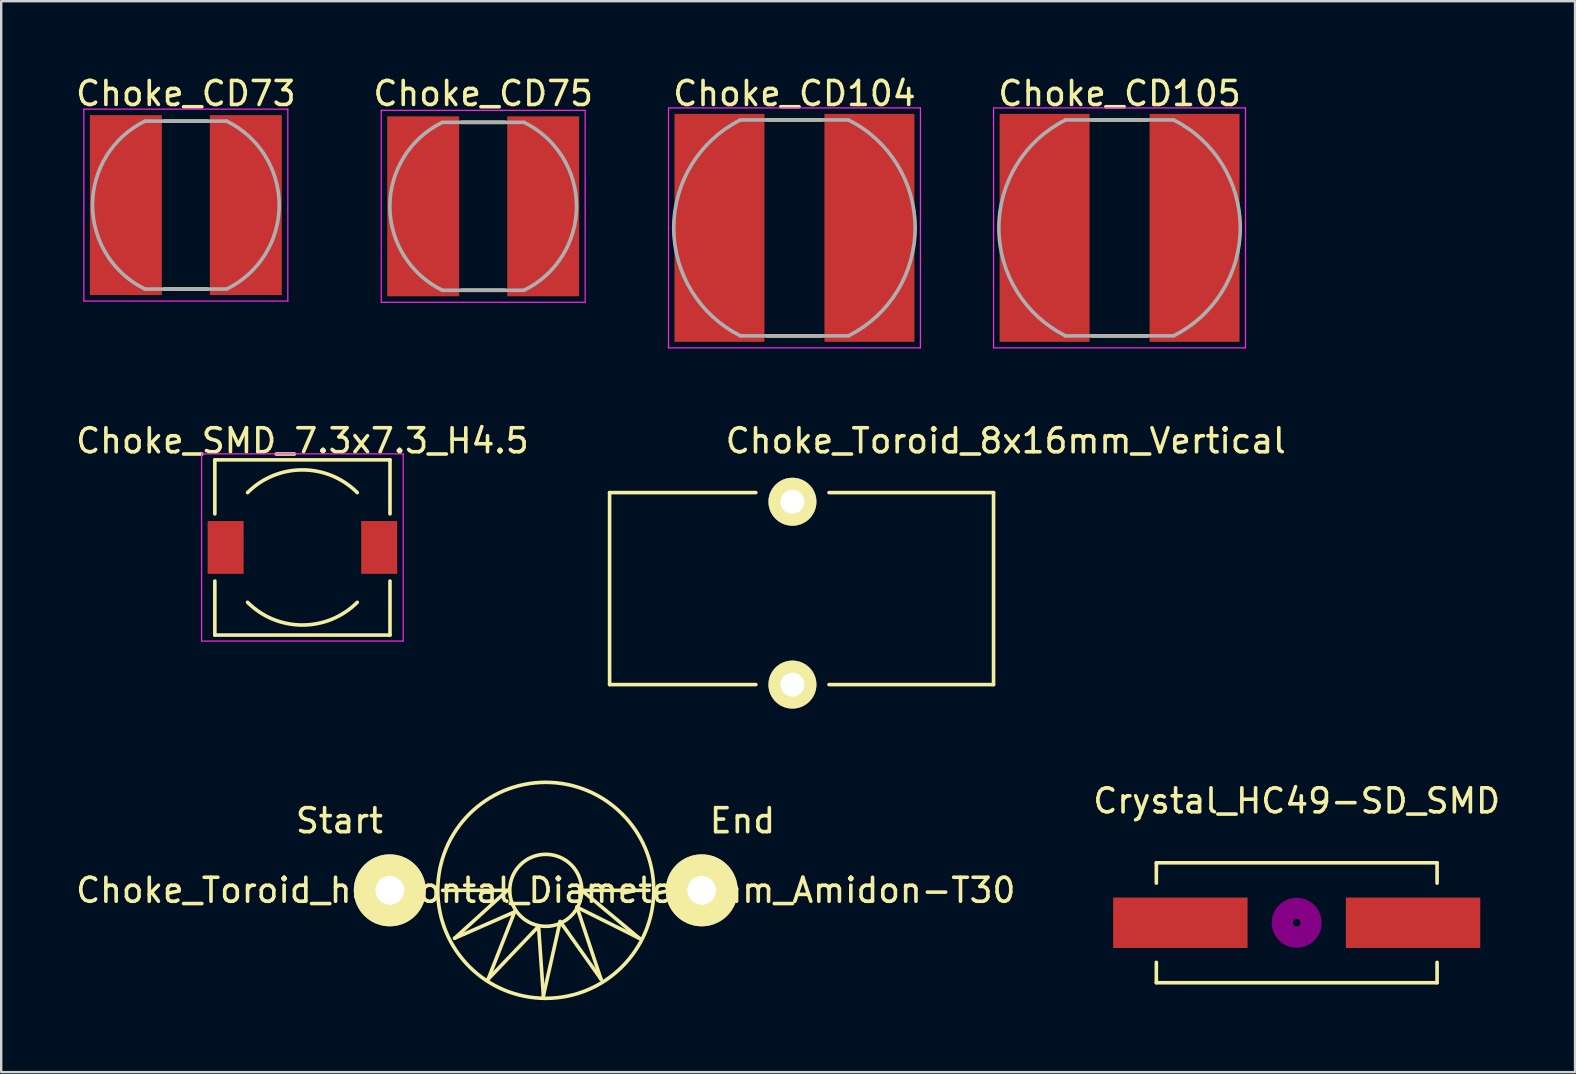
<source format=kicad_pcb>
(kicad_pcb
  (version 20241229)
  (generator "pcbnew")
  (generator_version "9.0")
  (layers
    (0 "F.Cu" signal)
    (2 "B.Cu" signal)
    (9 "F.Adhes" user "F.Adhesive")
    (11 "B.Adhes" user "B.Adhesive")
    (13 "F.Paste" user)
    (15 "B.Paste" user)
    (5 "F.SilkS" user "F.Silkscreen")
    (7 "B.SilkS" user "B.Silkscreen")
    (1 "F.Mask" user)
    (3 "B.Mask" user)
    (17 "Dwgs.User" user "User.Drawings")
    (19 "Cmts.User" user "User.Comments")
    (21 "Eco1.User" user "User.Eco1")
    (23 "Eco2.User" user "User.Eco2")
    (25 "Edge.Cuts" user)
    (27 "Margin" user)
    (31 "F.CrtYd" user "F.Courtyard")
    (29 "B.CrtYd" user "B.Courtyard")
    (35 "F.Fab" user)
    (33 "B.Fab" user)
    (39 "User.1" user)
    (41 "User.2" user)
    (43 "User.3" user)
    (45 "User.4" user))
  (footprint "Choke_CD105"
    (layer "F.Cu")
    (at 43.611 6.448)
    (property "Reference" "Choke_CD105" (at 0 -5.6 180) (layer "F.SilkS") (effects (font (size 1 1) (thickness 0.15))))
    (attr smd)
    (fp_line (start -1.15 -4.5) (end 1.15 -4.5) (stroke (width 0.15) (type solid)) (layer "F.SilkS"))
    (fp_line (start -1.15 4.5) (end 1.15 4.5) (stroke (width 0.15) (type solid)) (layer "F.SilkS"))
    (fp_line (start -5.25 -5) (end 5.25 -5) (stroke (width 0.05) (type solid)) (layer "F.CrtYd"))
    (fp_line (start -5.25 5) (end -5.25 -5) (stroke (width 0.05) (type solid)) (layer "F.CrtYd"))
    (fp_line (start 5.25 -5) (end 5.25 5) (stroke (width 0.05) (type solid)) (layer "F.CrtYd"))
    (fp_line (start 5.25 5) (end -5.25 5) (stroke (width 0.05) (type solid)) (layer "F.CrtYd"))
    (fp_line (start -2.25 -4.5) (end 2.25 -4.5) (stroke (width 0.15) (type solid)) (layer "F.Fab"))
    (fp_line (start -2.25 4.5) (end 2.25 4.5) (stroke (width 0.15) (type solid)) (layer "F.Fab"))
    (fp_arc (start -2.25 4.5) (mid -5.031127 0.016241) (end -2.279005 -4.48538) (stroke (width 0.15) (type solid)) (layer "F.Fab"))
    (fp_arc (start 2.25 -4.5) (mid 5.031127 -0.016241) (end 2.279005 4.48538) (stroke (width 0.15) (type solid)) (layer "F.Fab"))
    (pad "1" smd rect (at -3.125 0 90) (size 9.5 3.75) (layers "F.Cu" "F.Mask" "F.Paste"))
    (pad "2" smd rect (at 3.125 0 90) (size 9.5 3.75) (layers "F.Cu" "F.Mask" "F.Paste")))
  (footprint "Choke_CD104"
    (layer "F.Cu")
    (at 30.061 6.448)
    (property "Reference" "Choke_CD104" (at 0 -5.6 180) (layer "F.SilkS") (effects (font (size 1 1) (thickness 0.15))))
    (attr smd)
    (fp_line (start -1.15 -4.5) (end 1.15 -4.5) (stroke (width 0.15) (type solid)) (layer "F.SilkS"))
    (fp_line (start -1.15 4.5) (end 1.15 4.5) (stroke (width 0.15) (type solid)) (layer "F.SilkS"))
    (fp_line (start -5.25 -5) (end 5.25 -5) (stroke (width 0.05) (type solid)) (layer "F.CrtYd"))
    (fp_line (start -5.25 5) (end -5.25 -5) (stroke (width 0.05) (type solid)) (layer "F.CrtYd"))
    (fp_line (start 5.25 -5) (end 5.25 5) (stroke (width 0.05) (type solid)) (layer "F.CrtYd"))
    (fp_line (start 5.25 5) (end -5.25 5) (stroke (width 0.05) (type solid)) (layer "F.CrtYd"))
    (fp_line (start -2.25 -4.5) (end 2.25 -4.5) (stroke (width 0.15) (type solid)) (layer "F.Fab"))
    (fp_line (start -2.25 4.5) (end 2.25 4.5) (stroke (width 0.15) (type solid)) (layer "F.Fab"))
    (fp_arc (start -2.25 4.5) (mid -5.031127 0.016241) (end -2.279005 -4.48538) (stroke (width 0.15) (type solid)) (layer "F.Fab"))
    (fp_arc (start 2.25 -4.5) (mid 5.031127 -0.016241) (end 2.279005 4.48538) (stroke (width 0.15) (type solid)) (layer "F.Fab"))
    (pad "1" smd rect (at -3.125 0 90) (size 9.5 3.75) (layers "F.Cu" "F.Mask" "F.Paste"))
    (pad "2" smd rect (at 3.125 0 90) (size 9.5 3.75) (layers "F.Cu" "F.Mask" "F.Paste")))
  (footprint "Choke_SMD_7.3x7.3_H4.5"
    (layer "F.Cu")
    (at 9.554 19.767)
    (property "Reference" "Choke_SMD_7.3x7.3_H4.5" (at 0 -4.445 0) (layer "F.SilkS") (effects (font (size 1 1) (thickness 0.15))))
    (attr smd)
    (fp_line (start -3.65 -3.65) (end -3.65 -1.4) (stroke (width 0.15) (type solid)) (layer "F.SilkS"))
    (fp_line (start -3.65 -3.65) (end 3.65 -3.65) (stroke (width 0.15) (type solid)) (layer "F.SilkS"))
    (fp_line (start -3.65 3.65) (end -3.65 1.4) (stroke (width 0.15) (type solid)) (layer "F.SilkS"))
    (fp_line (start 3.65 -3.65) (end 3.65 -1.4) (stroke (width 0.15) (type solid)) (layer "F.SilkS"))
    (fp_line (start 3.65 3.65) (end -3.65 3.65) (stroke (width 0.15) (type solid)) (layer "F.SilkS"))
    (fp_line (start 3.65 3.65) (end 3.65 1.4) (stroke (width 0.15) (type solid)) (layer "F.SilkS"))
    (fp_arc (start -2.286 -2.286) (mid 0 -3.232892) (end 2.286 -2.286) (stroke (width 0.15) (type solid)) (layer "F.SilkS"))
    (fp_arc (start 2.286 2.286) (mid 0 3.232892) (end -2.286 2.286) (stroke (width 0.15) (type solid)) (layer "F.SilkS"))
    (fp_line (start -4.2 -3.9) (end -4.2 3.9) (stroke (width 0.05) (type solid)) (layer "F.CrtYd"))
    (fp_line (start -4.2 3.9) (end 4.2 3.9) (stroke (width 0.05) (type solid)) (layer "F.CrtYd"))
    (fp_line (start 4.2 -3.9) (end -4.2 -3.9) (stroke (width 0.05) (type solid)) (layer "F.CrtYd"))
    (fp_line (start 4.2 3.9) (end 4.2 -3.9) (stroke (width 0.05) (type solid)) (layer "F.CrtYd"))
    (pad "1" smd rect (at -3.2 0) (size 1.5 2.2) (layers "F.Cu" "F.Mask" "F.Paste"))
    (pad "2" smd rect (at 3.2 0) (size 1.5 2.2) (layers "F.Cu" "F.Mask" "F.Paste")))
  (footprint "Choke_Toroid_8x16mm_Vertical"
    (layer "F.Cu")
    (at 22.357 25.482)
    (property "Reference" "Choke_Toroid_8x16mm_Vertical" (at 16.51 -10.16 0) (layer "F.SilkS") (effects (font (size 1 1) (thickness 0.15))))
    (attr through_hole)
    (fp_line (start 0 -8.001) (end 0 0) (stroke (width 0.15) (type solid)) (layer "F.SilkS"))
    (fp_line (start 0 0) (end 6.096 0) (stroke (width 0.15) (type solid)) (layer "F.SilkS"))
    (fp_line (start 6.096 -8.001) (end 0 -8.001) (stroke (width 0.15) (type solid)) (layer "F.SilkS"))
    (fp_line (start 16.002 -8.001) (end 9.144 -8.001) (stroke (width 0.15) (type solid)) (layer "F.SilkS"))
    (fp_line (start 16.002 0) (end 9.144 0) (stroke (width 0.15) (type solid)) (layer "F.SilkS"))
    (fp_line (start 16.002 0) (end 16.002 -8.001) (stroke (width 0.15) (type solid)) (layer "F.SilkS"))
    (pad "1" thru_hole circle (at 7.62 0) (size 1.999 1.999) (drill 1.001) (layers "*.Cu" "*.Mask" "F.SilkS"))
    (pad "2" thru_hole circle (at 7.62 -7.62) (size 1.999 1.999) (drill 1.001) (layers "*.Cu" "*.Mask" "F.SilkS")))
  (footprint "Crystal_HC49-SD_SMD"
    (layer "F.Cu")
    (at 50.994 35.409)
    (property "Reference" "Crystal_HC49-SD_SMD" (at 0 -5.08 0) (layer "F.SilkS") (effects (font (size 1 1) (thickness 0.15))))
    (attr smd)
    (fp_line (start -5.85 -2.499) (end -5.85 -1.651) (stroke (width 0.15) (type solid)) (layer "F.SilkS"))
    (fp_line (start -5.85 2.499) (end -5.85 1.651) (stroke (width 0.15) (type solid)) (layer "F.SilkS"))
    (fp_line (start -5.85 2.499) (end 5.85 2.499) (stroke (width 0.15) (type solid)) (layer "F.SilkS"))
    (fp_line (start 5.85 -2.499) (end -5.85 -2.499) (stroke (width 0.15) (type solid)) (layer "F.SilkS"))
    (fp_line (start 5.85 -2.499) (end 5.85 -1.651) (stroke (width 0.15) (type solid)) (layer "F.SilkS"))
    (fp_line (start 5.85 2.499) (end 5.85 1.651) (stroke (width 0.15) (type solid)) (layer "F.SilkS"))
    (fp_circle (center 0 0) (end 0.15 0.051) (stroke (width 0.381) (type solid)) (fill no) (layer "F.Adhes"))
    (fp_circle (center 0 0) (end 0.5 0) (stroke (width 0.381) (type solid)) (fill no) (layer "F.Adhes"))
    (fp_circle (center 0 0) (end 0.851 0) (stroke (width 0.381) (type solid)) (fill no) (layer "F.Adhes"))
    (pad "1" smd rect (at -4.849 0) (size 5.601 2.101) (layers "F.Cu" "F.Mask" "F.Paste"))
    (pad "2" smd rect (at 4.849 0) (size 5.601 2.101) (layers "F.Cu" "F.Mask" "F.Paste")))
  (footprint "Choke_CD73"
    (layer "F.Cu")
    (at 4.696 5.498)
    (property "Reference" "Choke_CD73" (at 0 -4.65 180) (layer "F.SilkS") (effects (font (size 1 1) (thickness 0.15))))
    (attr smd)
    (fp_line (start -0.9 -3.5) (end 0.9 -3.5) (stroke (width 0.15) (type solid)) (layer "F.SilkS"))
    (fp_line (start -0.9 3.5) (end 0.9 3.5) (stroke (width 0.15) (type solid)) (layer "F.SilkS"))
    (fp_line (start -4.25 -4) (end 4.25 -4) (stroke (width 0.05) (type solid)) (layer "F.CrtYd"))
    (fp_line (start -4.25 4) (end -4.25 -4) (stroke (width 0.05) (type solid)) (layer "F.CrtYd"))
    (fp_line (start 4.25 -4) (end 4.25 4) (stroke (width 0.05) (type solid)) (layer "F.CrtYd"))
    (fp_line (start 4.25 4) (end -4.25 4) (stroke (width 0.05) (type solid)) (layer "F.CrtYd"))
    (fp_line (start -1.7 -3.5) (end 1.7 -3.5) (stroke (width 0.15) (type solid)) (layer "F.Fab"))
    (fp_line (start -1.7 3.5) (end 1.7 3.5) (stroke (width 0.15) (type solid)) (layer "F.Fab"))
    (fp_arc (start -1.7 3.5) (mid -3.89101 0.006349) (end -1.711413 -3.494433) (stroke (width 0.15) (type solid)) (layer "F.Fab"))
    (fp_arc (start 1.7 -3.5) (mid 3.89101 -0.006349) (end 1.711413 3.494433) (stroke (width 0.15) (type solid)) (layer "F.Fab"))
    (pad "1" smd rect (at -2.5 0 90) (size 7.5 3) (layers "F.Cu" "F.Mask" "F.Paste"))
    (pad "2" smd rect (at 2.5 0 90) (size 7.5 3) (layers "F.Cu" "F.Mask" "F.Paste")))
  (footprint "Choke_Toroid_horizontal_Diameter9mm_Amidon-T30"
    (layer "F.Cu")
    (at 19.696 34.057)
    (property "Reference" "Choke_Toroid_horizontal_Diameter9mm_Amidon-T30" (at 0 0 0) (layer "F.SilkS") (effects (font (size 1 1) (thickness 0.15))))
    (attr through_hole)
    (fp_line (start -4.3 0) (end -1.6 0) (stroke (width 0.15) (type solid)) (layer "F.SilkS"))
    (fp_line (start -3.8 1.999) (end -1.3 0.899) (stroke (width 0.15) (type solid)) (layer "F.SilkS"))
    (fp_line (start -2.4 3.701) (end -0.3 1.501) (stroke (width 0.15) (type solid)) (layer "F.SilkS"))
    (fp_line (start -1.6 0) (end -3.8 1.999) (stroke (width 0.15) (type solid)) (layer "F.SilkS"))
    (fp_line (start -1.3 0.899) (end -2.4 3.701) (stroke (width 0.15) (type solid)) (layer "F.SilkS"))
    (fp_line (start -0.3 1.501) (end -0.099 4.399) (stroke (width 0.15) (type solid)) (layer "F.SilkS"))
    (fp_line (start -0.099 4.399) (end 0.599 1.3) (stroke (width 0.15) (type solid)) (layer "F.SilkS"))
    (fp_line (start 0.599 1.3) (end 2.301 3.701) (stroke (width 0.15) (type solid)) (layer "F.SilkS"))
    (fp_line (start 1.3 0.701) (end 3.899 1.999) (stroke (width 0.15) (type solid)) (layer "F.SilkS"))
    (fp_line (start 1.501 0) (end 4.3 0) (stroke (width 0.15) (type solid)) (layer "F.SilkS"))
    (fp_line (start 2.301 3.701) (end 1.3 0.701) (stroke (width 0.15) (type solid)) (layer "F.SilkS"))
    (fp_line (start 3.899 1.999) (end 1.501 0) (stroke (width 0.15) (type solid)) (layer "F.SilkS"))
    (fp_circle (center 0 0) (end 1.501 0) (stroke (width 0.15) (type solid)) (fill no) (layer "F.SilkS"))
    (fp_circle (center 0 0) (end 4.501 0) (stroke (width 0.15) (type solid)) (fill no) (layer "F.SilkS"))
    (fp_text user "Start" (at -8.6 -2.901 0) (layer "F.SilkS") (effects (font (size 1 1) (thickness 0.15))))
    (fp_text user "End" (at 8.199 -2.901 0) (layer "F.SilkS") (effects (font (size 1 1) (thickness 0.15))))
    (pad "1" thru_hole circle (at -6.5 0) (size 3 3) (drill 1.199) (layers "*.Cu" "*.Mask" "F.SilkS"))
    (pad "2" thru_hole circle (at 6.5 0) (size 3 3) (drill 1.199) (layers "*.Cu" "*.Mask" "F.SilkS")))
  (footprint "Choke_CD75"
    (layer "F.Cu")
    (at 17.089 5.548)
    (property "Reference" "Choke_CD75" (at 0 -4.7 180) (layer "F.SilkS") (effects (font (size 1 1) (thickness 0.15))))
    (attr smd)
    (fp_line (start -0.9 -3.5) (end 0.9 -3.5) (stroke (width 0.15) (type solid)) (layer "F.SilkS"))
    (fp_line (start -0.9 3.5) (end 0.9 3.5) (stroke (width 0.15) (type solid)) (layer "F.SilkS"))
    (fp_line (start -4.25 -4) (end 4.25 -4) (stroke (width 0.05) (type solid)) (layer "F.CrtYd"))
    (fp_line (start -4.25 4) (end -4.25 -4) (stroke (width 0.05) (type solid)) (layer "F.CrtYd"))
    (fp_line (start 4.25 -4) (end 4.25 4) (stroke (width 0.05) (type solid)) (layer "F.CrtYd"))
    (fp_line (start 4.25 4) (end -4.25 4) (stroke (width 0.05) (type solid)) (layer "F.CrtYd"))
    (fp_line (start -1.7 -3.5) (end 1.7 -3.5) (stroke (width 0.15) (type solid)) (layer "F.Fab"))
    (fp_line (start -1.7 3.5) (end 1.7 3.5) (stroke (width 0.15) (type solid)) (layer "F.Fab"))
    (fp_arc (start -1.7 3.5) (mid -3.89101 0.006349) (end -1.711413 -3.494433) (stroke (width 0.15) (type solid)) (layer "F.Fab"))
    (fp_arc (start 1.7 -3.5) (mid 3.89101 -0.006349) (end 1.711413 3.494433) (stroke (width 0.15) (type solid)) (layer "F.Fab"))
    (pad "1" smd rect (at -2.5 0 90) (size 7.5 3) (layers "F.Cu" "F.Mask" "F.Paste"))
    (pad "2" smd rect (at 2.5 0 90) (size 7.5 3) (layers "F.Cu" "F.Mask" "F.Paste")))
  (gr_rect
    (start -3 -3)
    (end 62.595 41.633)
    (stroke (width 0.1) (type default))
    (fill no)
    (layer "Edge.Cuts")))
</source>
